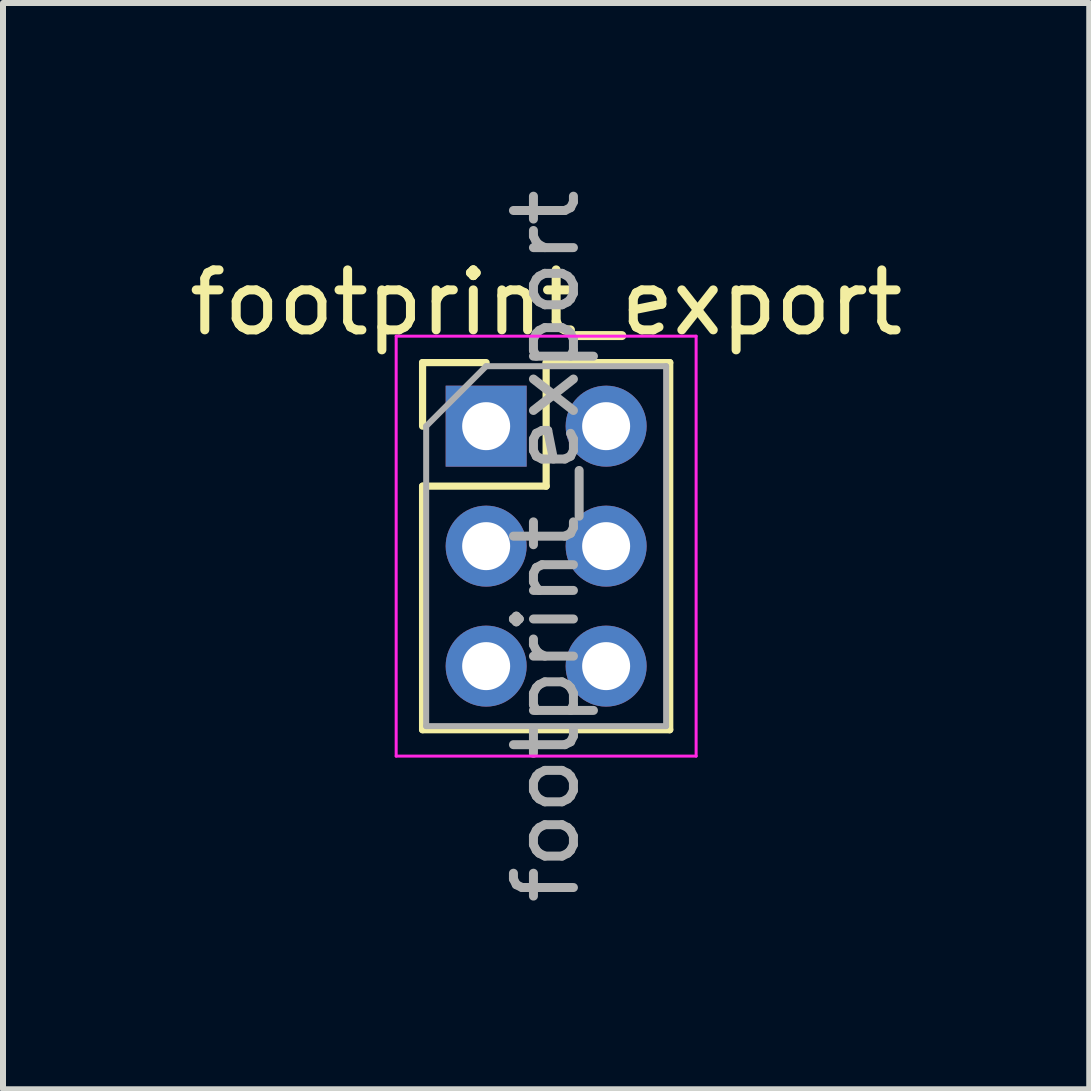
<source format=kicad_pcb>
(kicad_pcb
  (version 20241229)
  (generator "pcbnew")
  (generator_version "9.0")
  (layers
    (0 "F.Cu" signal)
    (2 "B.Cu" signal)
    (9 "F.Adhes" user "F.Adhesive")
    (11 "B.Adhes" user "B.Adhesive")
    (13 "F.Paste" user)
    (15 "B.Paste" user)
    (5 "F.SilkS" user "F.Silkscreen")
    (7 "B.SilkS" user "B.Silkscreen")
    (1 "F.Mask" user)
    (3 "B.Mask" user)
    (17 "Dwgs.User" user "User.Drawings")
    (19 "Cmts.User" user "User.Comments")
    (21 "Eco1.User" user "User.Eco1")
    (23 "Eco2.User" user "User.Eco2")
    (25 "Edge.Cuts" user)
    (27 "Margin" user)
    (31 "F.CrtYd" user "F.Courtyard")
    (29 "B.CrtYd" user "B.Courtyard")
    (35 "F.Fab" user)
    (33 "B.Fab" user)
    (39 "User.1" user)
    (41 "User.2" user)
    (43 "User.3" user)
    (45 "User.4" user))
  (footprint "footprint_export"
    (layer "F.Cu")
    (at 5.054 4.054)
    (property "Reference" "footprint_export" (at 1 -2.06 0) (layer "F.SilkS") (effects (font (size 1 1) (thickness 0.15))))
    (attr through_hole)
    (fp_line (start -1.06 -1.06) (end 0 -1.06) (stroke (width 0.12) (type solid)) (layer "F.SilkS"))
    (fp_line (start -1.06 0) (end -1.06 -1.06) (stroke (width 0.12) (type solid)) (layer "F.SilkS"))
    (fp_line (start -1.06 1) (end -1.06 5.06) (stroke (width 0.12) (type solid)) (layer "F.SilkS"))
    (fp_line (start -1.06 1) (end 1 1) (stroke (width 0.12) (type solid)) (layer "F.SilkS"))
    (fp_line (start -1.06 5.06) (end 3.06 5.06) (stroke (width 0.12) (type solid)) (layer "F.SilkS"))
    (fp_line (start 1 -1.06) (end 3.06 -1.06) (stroke (width 0.12) (type solid)) (layer "F.SilkS"))
    (fp_line (start 1 1) (end 1 -1.06) (stroke (width 0.12) (type solid)) (layer "F.SilkS"))
    (fp_line (start 3.06 -1.06) (end 3.06 5.06) (stroke (width 0.12) (type solid)) (layer "F.SilkS"))
    (fp_line (start -1.5 -1.5) (end -1.5 5.5) (stroke (width 0.05) (type solid)) (layer "F.CrtYd"))
    (fp_line (start -1.5 5.5) (end 3.5 5.5) (stroke (width 0.05) (type solid)) (layer "F.CrtYd"))
    (fp_line (start 3.5 -1.5) (end -1.5 -1.5) (stroke (width 0.05) (type solid)) (layer "F.CrtYd"))
    (fp_line (start 3.5 5.5) (end 3.5 -1.5) (stroke (width 0.05) (type solid)) (layer "F.CrtYd"))
    (fp_line (start -1 0) (end 0 -1) (stroke (width 0.1) (type solid)) (layer "F.Fab"))
    (fp_line (start -1 5) (end -1 0) (stroke (width 0.1) (type solid)) (layer "F.Fab"))
    (fp_line (start 0 -1) (end 3 -1) (stroke (width 0.1) (type solid)) (layer "F.Fab"))
    (fp_line (start 3 -1) (end 3 5) (stroke (width 0.1) (type solid)) (layer "F.Fab"))
    (fp_line (start 3 5) (end -1 5) (stroke (width 0.1) (type solid)) (layer "F.Fab"))
    (fp_text user "${REFERENCE}" (at 1 2 90) (layer "F.Fab") (effects (font (size 1 1) (thickness 0.15))))
    (pad "1" thru_hole rect (at 0 0) (size 1.35 1.35) (drill 0.8) (layers "*.Cu" "*.Mask"))
    (pad "2" thru_hole oval (at 2 0) (size 1.35 1.35) (drill 0.8) (layers "*.Cu" "*.Mask"))
    (pad "3" thru_hole oval (at 0 2) (size 1.35 1.35) (drill 0.8) (layers "*.Cu" "*.Mask"))
    (pad "4" thru_hole oval (at 2 2) (size 1.35 1.35) (drill 0.8) (layers "*.Cu" "*.Mask"))
    (pad "5" thru_hole oval (at 0 4) (size 1.35 1.35) (drill 0.8) (layers "*.Cu" "*.Mask"))
    (pad "6" thru_hole oval (at 2 4) (size 1.35 1.35) (drill 0.8) (layers "*.Cu" "*.Mask")))
  (gr_rect
    (start -3 -3)
    (end 15.107 15.107)
    (stroke (width 0.1) (type default))
    (fill no)
    (layer "Edge.Cuts")))
</source>
